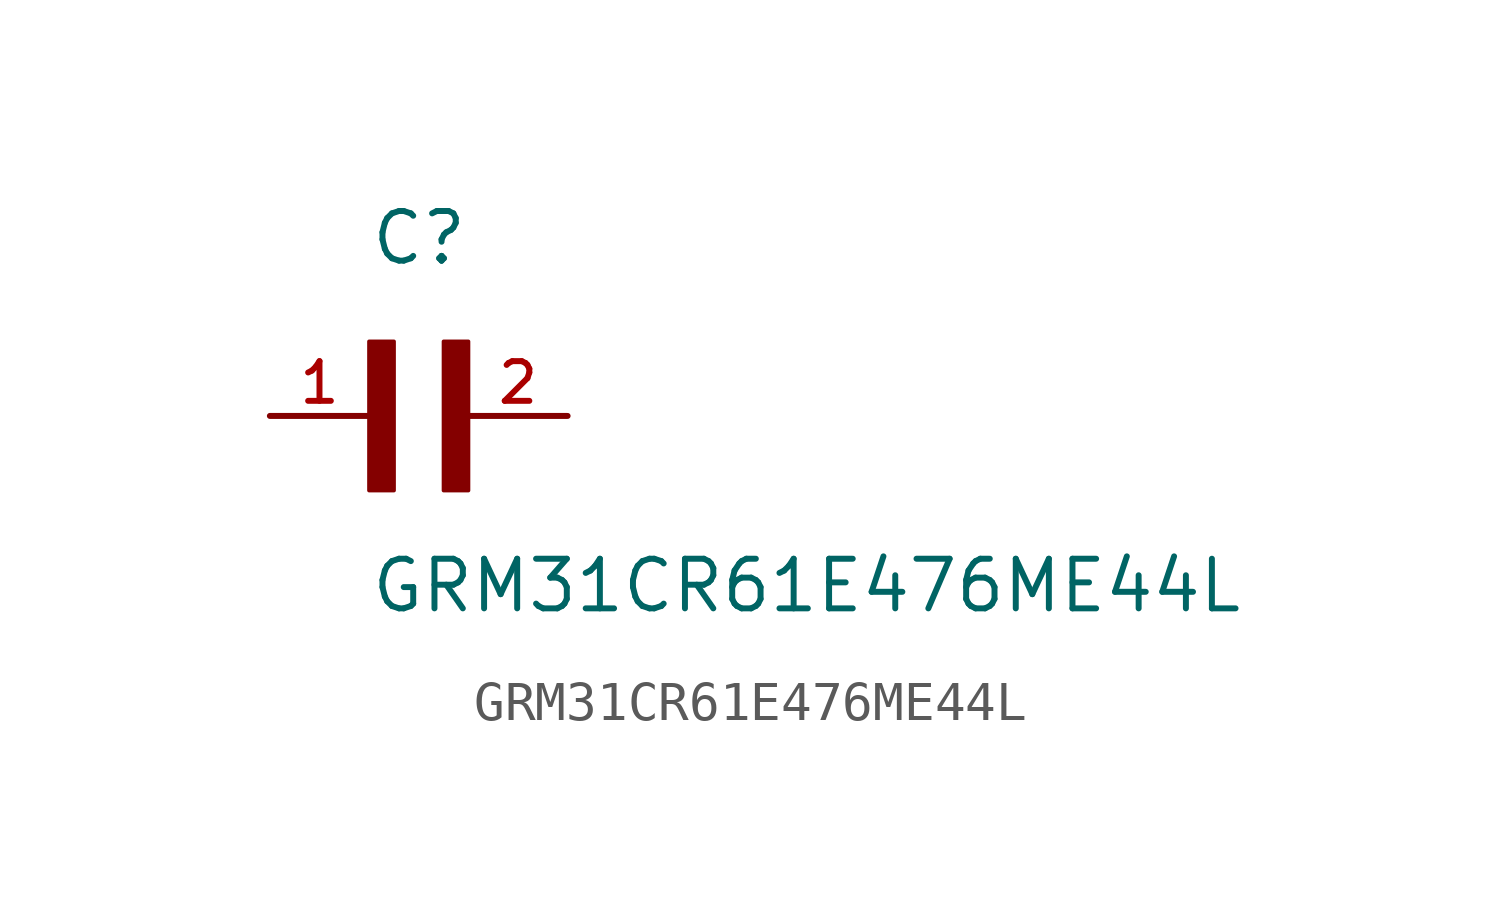
<source format=kicad_sym>
(kicad_symbol_lib
  (version 20211014)
  (generator kicad_symbol_editor)
  (symbol "GRM31CR61E476ME44L"
    (pin_names
      (offset 1.016))
    (property "Reference" "C"
      (at 0.0 3.811 0)
      (effects (font (size 1.27 1.27)) (justify bottom left)))
    (property "Value" "GRM31CR61E476ME44L"
      (at 0.0 -5.088 0)
      (effects (font (size 1.27 1.27)) (justify bottom left)))
    (symbol "GRM31CR61E476ME44L_0_0"
      (rectangle (start 0.0 -1.907) (end 0.635 1.905) (stroke (width 0.1)) (fill (type outline)))
      (rectangle (start 1.907 -1.907) (end 2.54 1.905) (stroke (width 0.1)) (fill (type outline)))
      (pin passive line (at 5.08 0.0 180.0) (length 2.54) (name "~" (effects (font (size 1.016 1.016)))) (number "2" (effects (font (size 1.016 1.016)))))
      (pin passive line (at -2.54 0.0 0) (length 2.54) (name "~" (effects (font (size 1.016 1.016)))) (number "1" (effects (font (size 1.016 1.016))))))))
</source>
